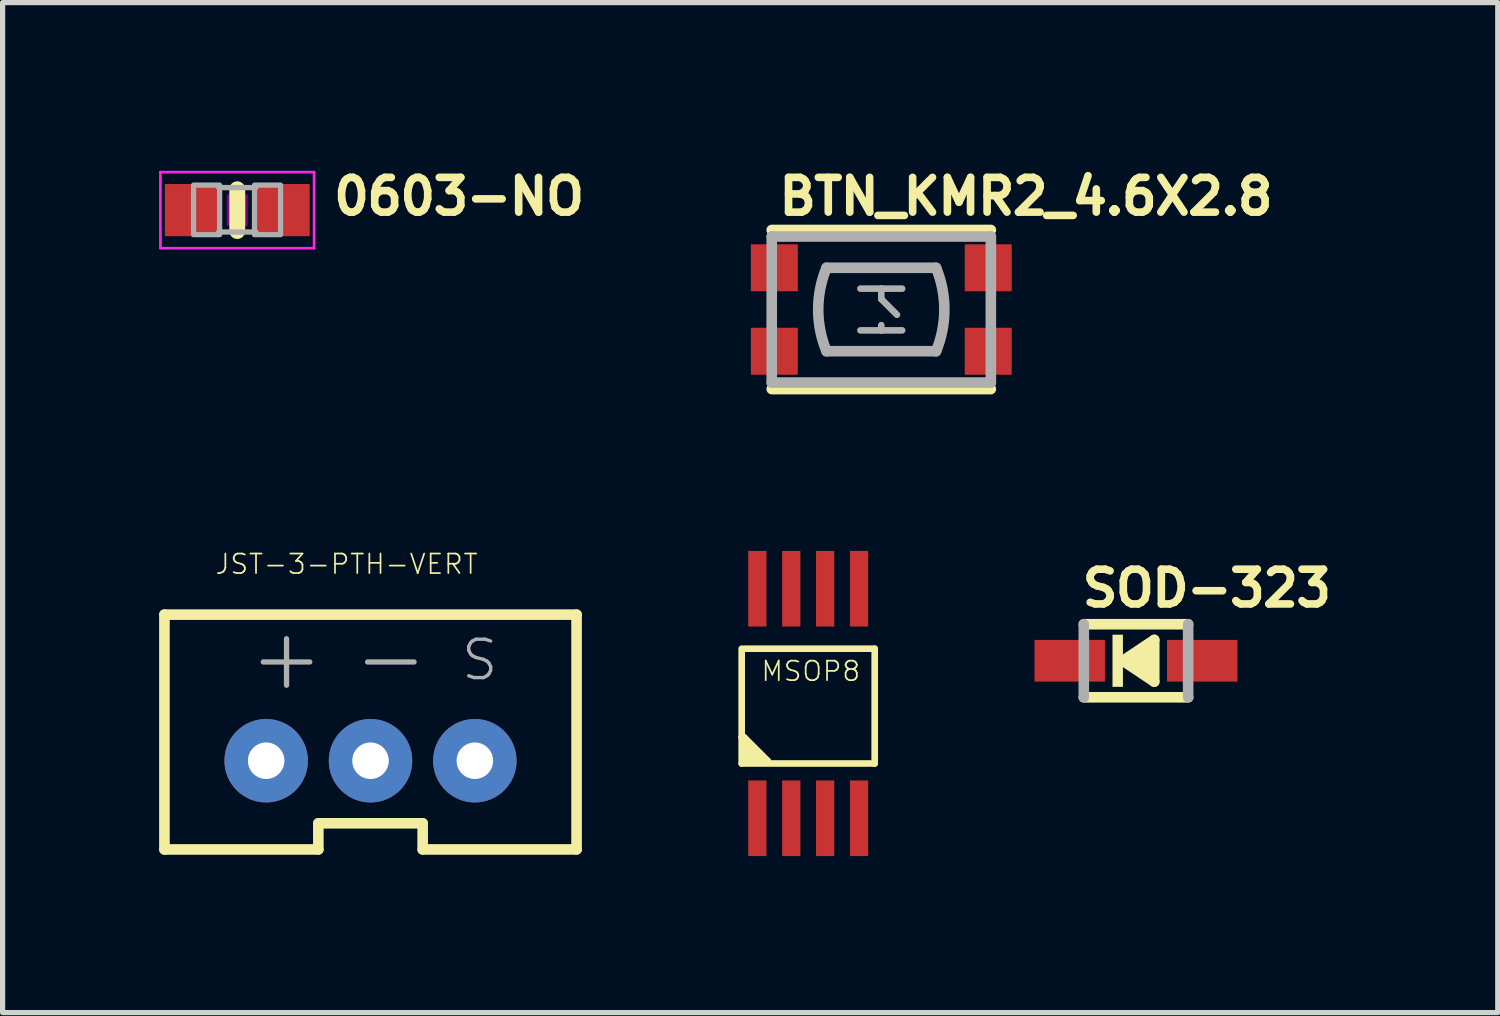
<source format=kicad_pcb>
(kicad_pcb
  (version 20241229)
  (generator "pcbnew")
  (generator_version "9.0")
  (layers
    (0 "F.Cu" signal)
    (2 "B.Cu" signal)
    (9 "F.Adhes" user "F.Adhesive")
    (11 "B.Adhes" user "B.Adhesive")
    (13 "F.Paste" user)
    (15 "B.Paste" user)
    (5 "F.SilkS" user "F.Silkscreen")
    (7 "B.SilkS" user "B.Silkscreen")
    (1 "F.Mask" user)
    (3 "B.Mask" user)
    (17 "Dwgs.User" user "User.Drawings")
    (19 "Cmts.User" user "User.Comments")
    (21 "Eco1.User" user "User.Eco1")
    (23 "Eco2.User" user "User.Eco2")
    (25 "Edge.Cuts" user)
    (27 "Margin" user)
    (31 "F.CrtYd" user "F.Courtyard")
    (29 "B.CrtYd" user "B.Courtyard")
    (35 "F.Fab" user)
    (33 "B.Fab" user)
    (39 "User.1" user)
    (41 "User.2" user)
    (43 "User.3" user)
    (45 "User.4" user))
  (footprint "SOD-323"
    (layer "F.Cu")
    (at 18.725 9.616)
    (property "Reference" "SOD-323" (at -1.1 -1 0) (layer "F.SilkS") (effects (font (size 0.666 0.666) (thickness 0.146)) (justify left bottom)))
    (fp_line (start -1 -0.7) (end 1 -0.7) (stroke (width 0.203) (type solid)) (layer "F.SilkS"))
    (fp_line (start -0.25 0) (end 0.35 -0.4) (stroke (width 0.203) (type solid)) (layer "F.SilkS"))
    (fp_line (start 0.35 -0.4) (end 0.35 0.4) (stroke (width 0.203) (type solid)) (layer "F.SilkS"))
    (fp_line (start 0.35 0.4) (end -0.25 0) (stroke (width 0.203) (type solid)) (layer "F.SilkS"))
    (fp_line (start 1 0.7) (end -1 0.7) (stroke (width 0.203) (type solid)) (layer "F.SilkS"))
    (fp_poly (pts (xy 0.302 0.39) (xy -0.283 0) (xy 0.302 -0.39)) (stroke (width 0) (type solid)) (fill yes) (layer "F.SilkS"))
    (fp_poly (pts (xy -0.45 0.5) (xy -0.25 0.5) (xy -0.25 -0.5) (xy -0.45 -0.5)) (stroke (width 0) (type solid)) (fill yes) (layer "F.SilkS"))
    (fp_line (start -1 0.7) (end -1 -0.7) (stroke (width 0.203) (type solid)) (layer "F.Fab"))
    (fp_line (start 1 -0.7) (end 1 0.7) (stroke (width 0.203) (type solid)) (layer "F.Fab"))
    (pad "A" smd rect (at 1.27 0) (size 1.35 0.8) (layers "F.Cu" "F.Mask" "F.Paste"))
    (pad "C" smd rect (at -1.27 0) (size 1.35 0.8) (layers "F.Cu" "F.Mask" "F.Paste")))
  (footprint "0603-NO"
    (layer "F.Cu")
    (at 1.498 0.978)
    (property "Reference" "0603-NO" (at 1.778 0.127 0) (layer "F.SilkS") (effects (font (size 0.666 0.666) (thickness 0.146)) (justify left bottom)))
    (fp_line (start 0 -0.4) (end 0 0.4) (stroke (width 0.305) (type solid)) (layer "F.SilkS"))
    (fp_poly (pts (xy -0.2 0.3) (xy 0.2 0.3) (xy 0.2 -0.3) (xy -0.2 -0.3)) (stroke (width 0) (type solid)) (fill yes) (layer "F.Adhes"))
    (fp_line (start -1.473 -0.729) (end 1.473 -0.729) (stroke (width 0.051) (type solid)) (layer "F.CrtYd"))
    (fp_line (start -1.473 0.729) (end -1.473 -0.729) (stroke (width 0.051) (type solid)) (layer "F.CrtYd"))
    (fp_line (start 1.473 -0.729) (end 1.473 0.729) (stroke (width 0.051) (type solid)) (layer "F.CrtYd"))
    (fp_line (start 1.473 0.729) (end -1.473 0.729) (stroke (width 0.051) (type solid)) (layer "F.CrtYd"))
    (fp_line (start -0.356 -0.432) (end 0.356 -0.432) (stroke (width 0.102) (type solid)) (layer "F.Fab"))
    (fp_line (start -0.356 0.419) (end 0.356 0.419) (stroke (width 0.102) (type solid)) (layer "F.Fab"))
    (fp_poly (pts (xy -0.838 0.47) (xy -0.338 0.47) (xy -0.338 -0.48) (xy -0.838 -0.48)) (stroke (width 0.1) (type solid)) (fill no) (layer "F.Fab"))
    (fp_poly (pts (xy 0.33 0.47) (xy 0.83 0.47) (xy 0.83 -0.48) (xy 0.33 -0.48)) (stroke (width 0.1) (type solid)) (fill no) (layer "F.Fab"))
    (pad "1" smd rect (at -0.85 0) (size 1.075 1) (layers "F.Cu" "F.Mask" "F.Paste"))
    (pad "2" smd rect (at 0.85 0) (size 1.075 1) (layers "F.Cu" "F.Mask" "F.Paste")))
  (footprint "MSOP8"
    (layer "F.Cu")
    (at 11.467 12.635)
    (property "Reference" "MSOP8" (at 0.05 -2.6 0) (layer "F.SilkS") (effects (font (size 0.374 0.374) (thickness 0.033)) (justify left bottom)))
    (fp_line (start -0.3 -1.55) (end -0.3 -3.25) (stroke (width 0.127) (type solid)) (layer "F.SilkS"))
    (fp_line (start -0.3 -1.55) (end -0.25 -1.55) (stroke (width 0.127) (type solid)) (layer "F.SilkS"))
    (fp_line (start -0.3 -1.05) (end -0.3 -1.55) (stroke (width 0.127) (type solid)) (layer "F.SilkS"))
    (fp_line (start -0.25 -3.25) (end 2.25 -3.25) (stroke (width 0.127) (type solid)) (layer "F.SilkS"))
    (fp_line (start -0.25 -1.55) (end 0.2 -1.1) (stroke (width 0.127) (type solid)) (layer "F.SilkS"))
    (fp_line (start -0.25 -1.4) (end -0.25 -1.2) (stroke (width 0.127) (type solid)) (layer "F.SilkS"))
    (fp_line (start -0.25 -1.2) (end -0.2 -1.2) (stroke (width 0.127) (type solid)) (layer "F.SilkS"))
    (fp_line (start -0.2 -1.2) (end -0.15 -1.15) (stroke (width 0.127) (type solid)) (layer "F.SilkS"))
    (fp_line (start 0 -1.15) (end -0.25 -1.4) (stroke (width 0.127) (type solid)) (layer "F.SilkS"))
    (fp_line (start 0 -1.15) (end -0.25 -1.15) (stroke (width 0.127) (type solid)) (layer "F.SilkS"))
    (fp_line (start 0.05 -1.1) (end 0 -1.15) (stroke (width 0.127) (type solid)) (layer "F.SilkS"))
    (fp_line (start 0.2 -1.1) (end 0.05 -1.1) (stroke (width 0.127) (type solid)) (layer "F.SilkS"))
    (fp_line (start 2.25 -3.25) (end 2.25 -1.05) (stroke (width 0.127) (type solid)) (layer "F.SilkS"))
    (fp_line (start 2.25 -1.05) (end -0.3 -1.05) (stroke (width 0.127) (type solid)) (layer "F.SilkS"))
    (pad "P$1" smd rect (at 0 0 90) (size 1.45 0.35) (layers "F.Cu" "F.Mask" "F.Paste"))
    (pad "P$2" smd rect (at 0.65 0 90) (size 1.45 0.35) (layers "F.Cu" "F.Mask" "F.Paste"))
    (pad "P$3" smd rect (at 1.3 0 90) (size 1.45 0.35) (layers "F.Cu" "F.Mask" "F.Paste"))
    (pad "P$4" smd rect (at 1.95 0 90) (size 1.45 0.35) (layers "F.Cu" "F.Mask" "F.Paste"))
    (pad "P$5" smd rect (at 1.95 -4.4 90) (size 1.45 0.35) (layers "F.Cu" "F.Mask" "F.Paste"))
    (pad "P$6" smd rect (at 1.3 -4.4 90) (size 1.45 0.35) (layers "F.Cu" "F.Mask" "F.Paste"))
    (pad "P$7" smd rect (at 0.65 -4.4 90) (size 1.45 0.35) (layers "F.Cu" "F.Mask" "F.Paste"))
    (pad "P$8" smd rect (at 0 -4.4 90) (size 1.45 0.35) (layers "F.Cu" "F.Mask" "F.Paste")))
  (footprint "JST-3-PTH-VERT"
    (layer "F.Cu")
    (at 4.052 10.982)
    (property "Reference" "JST-3-PTH-VERT" (at -3 -3 0) (layer "F.SilkS") (effects (font (size 0.374 0.374) (thickness 0.033)) (justify left bottom)))
    (fp_line (start -3.95 -2.25) (end 3.95 -2.25) (stroke (width 0.203) (type solid)) (layer "F.SilkS"))
    (fp_line (start -3.95 2.25) (end -3.95 -2.25) (stroke (width 0.203) (type solid)) (layer "F.SilkS"))
    (fp_line (start -1 1.75) (end -1 2.25) (stroke (width 0.203) (type solid)) (layer "F.SilkS"))
    (fp_line (start -1 1.75) (end 1 1.75) (stroke (width 0.203) (type solid)) (layer "F.SilkS"))
    (fp_line (start -1 2.25) (end -3.95 2.25) (stroke (width 0.203) (type solid)) (layer "F.SilkS"))
    (fp_line (start 1 1.75) (end 1 2.25) (stroke (width 0.203) (type solid)) (layer "F.SilkS"))
    (fp_line (start 3.95 -2.25) (end 3.95 2.25) (stroke (width 0.203) (type solid)) (layer "F.SilkS"))
    (fp_line (start 3.95 2.25) (end 1 2.25) (stroke (width 0.203) (type solid)) (layer "F.SilkS"))
    (fp_text user "-" (at -0.4 -0.75 0) (layer "F.Fab") (effects (font (size 1.168 1.168) (thickness 0.102)) (justify left bottom)))
    (fp_text user "S" (at 1.7 -0.95 0) (layer "F.Fab") (effects (font (size 0.736 0.736) (thickness 0.064)) (justify left bottom)))
    (fp_text user "+" (at -2.4 -0.75 0) (layer "F.Fab") (effects (font (size 1.168 1.168) (thickness 0.102)) (justify left bottom)))
    (pad "1" thru_hole circle (at -2 0.55) (size 1.6 1.6) (drill 0.7) (layers "*.Cu" "*.Mask"))
    (pad "2" thru_hole circle (at 0 0.55) (size 1.6 1.6) (drill 0.7) (layers "*.Cu" "*.Mask"))
    (pad "3" thru_hole circle (at 2 0.55) (size 1.6 1.6) (drill 0.7) (layers "*.Cu" "*.Mask")))
  (footprint "BTN_KMR2_4.6X2.8"
    (layer "F.Cu")
    (at 13.843 2.883)
    (property "Reference" "BTN_KMR2_4.6X2.8" (at -2.032 -1.778 0) (layer "F.SilkS") (effects (font (size 0.666 0.666) (thickness 0.146)) (justify left bottom)))
    (fp_line (start -2.1 -1.525) (end 2.1 -1.525) (stroke (width 0.203) (type solid)) (layer "F.SilkS"))
    (fp_line (start 2.1 1.525) (end -2.1 1.525) (stroke (width 0.203) (type solid)) (layer "F.SilkS"))
    (fp_line (start -2.1 -1.4) (end 2.1 -1.4) (stroke (width 0.203) (type solid)) (layer "F.Fab"))
    (fp_line (start -2.1 1.4) (end -2.1 -1.4) (stroke (width 0.203) (type solid)) (layer "F.Fab"))
    (fp_line (start -1.05 -0.8) (end 1.05 -0.8) (stroke (width 0.203) (type solid)) (layer "F.Fab"))
    (fp_line (start -0.4 -0.4) (end 0 -0.4) (stroke (width 0.127) (type solid)) (layer "F.Fab"))
    (fp_line (start -0.4 0.4) (end 0 0.4) (stroke (width 0.127) (type solid)) (layer "F.Fab"))
    (fp_line (start 0 -0.4) (end 0 -0.2) (stroke (width 0.127) (type solid)) (layer "F.Fab"))
    (fp_line (start 0 -0.4) (end 0.4 -0.4) (stroke (width 0.127) (type solid)) (layer "F.Fab"))
    (fp_line (start 0 -0.2) (end 0.3 0.1) (stroke (width 0.127) (type solid)) (layer "F.Fab"))
    (fp_line (start 0 0.4) (end 0 0.3) (stroke (width 0.127) (type solid)) (layer "F.Fab"))
    (fp_line (start 0 0.4) (end 0.4 0.4) (stroke (width 0.127) (type solid)) (layer "F.Fab"))
    (fp_line (start 1.05 0.8) (end -1.05 0.8) (stroke (width 0.203) (type solid)) (layer "F.Fab"))
    (fp_line (start 2.1 -1.4) (end 2.1 1.4) (stroke (width 0.203) (type solid)) (layer "F.Fab"))
    (fp_line (start 2.1 1.4) (end -2.1 1.4) (stroke (width 0.203) (type solid)) (layer "F.Fab"))
    (fp_arc (start -1.05 0.8) (mid -1.209128 0) (end -1.05 -0.799999) (stroke (width 0.2032) (type solid)) (layer "F.Fab"))
    (fp_arc (start 1.05 -0.8) (mid 1.209128 0) (end 1.05 0.799999) (stroke (width 0.2032) (type solid)) (layer "F.Fab"))
    (pad "A" smd rect (at 2.05 -0.8) (size 0.9 0.9) (layers "F.Cu" "F.Mask" "F.Paste"))
    (pad "A'" smd rect (at -2.05 -0.8) (size 0.9 0.9) (layers "F.Cu" "F.Mask" "F.Paste"))
    (pad "B" smd rect (at 2.05 0.8) (size 0.9 0.9) (layers "F.Cu" "F.Mask" "F.Paste"))
    (pad "B'" smd rect (at -2.05 0.8) (size 0.9 0.9) (layers "F.Cu" "F.Mask" "F.Paste")))
  (gr_rect
    (start -3 -3)
    (end 25.66 16.36)
    (stroke (width 0.1) (type default))
    (fill no)
    (layer "Edge.Cuts")))
</source>
